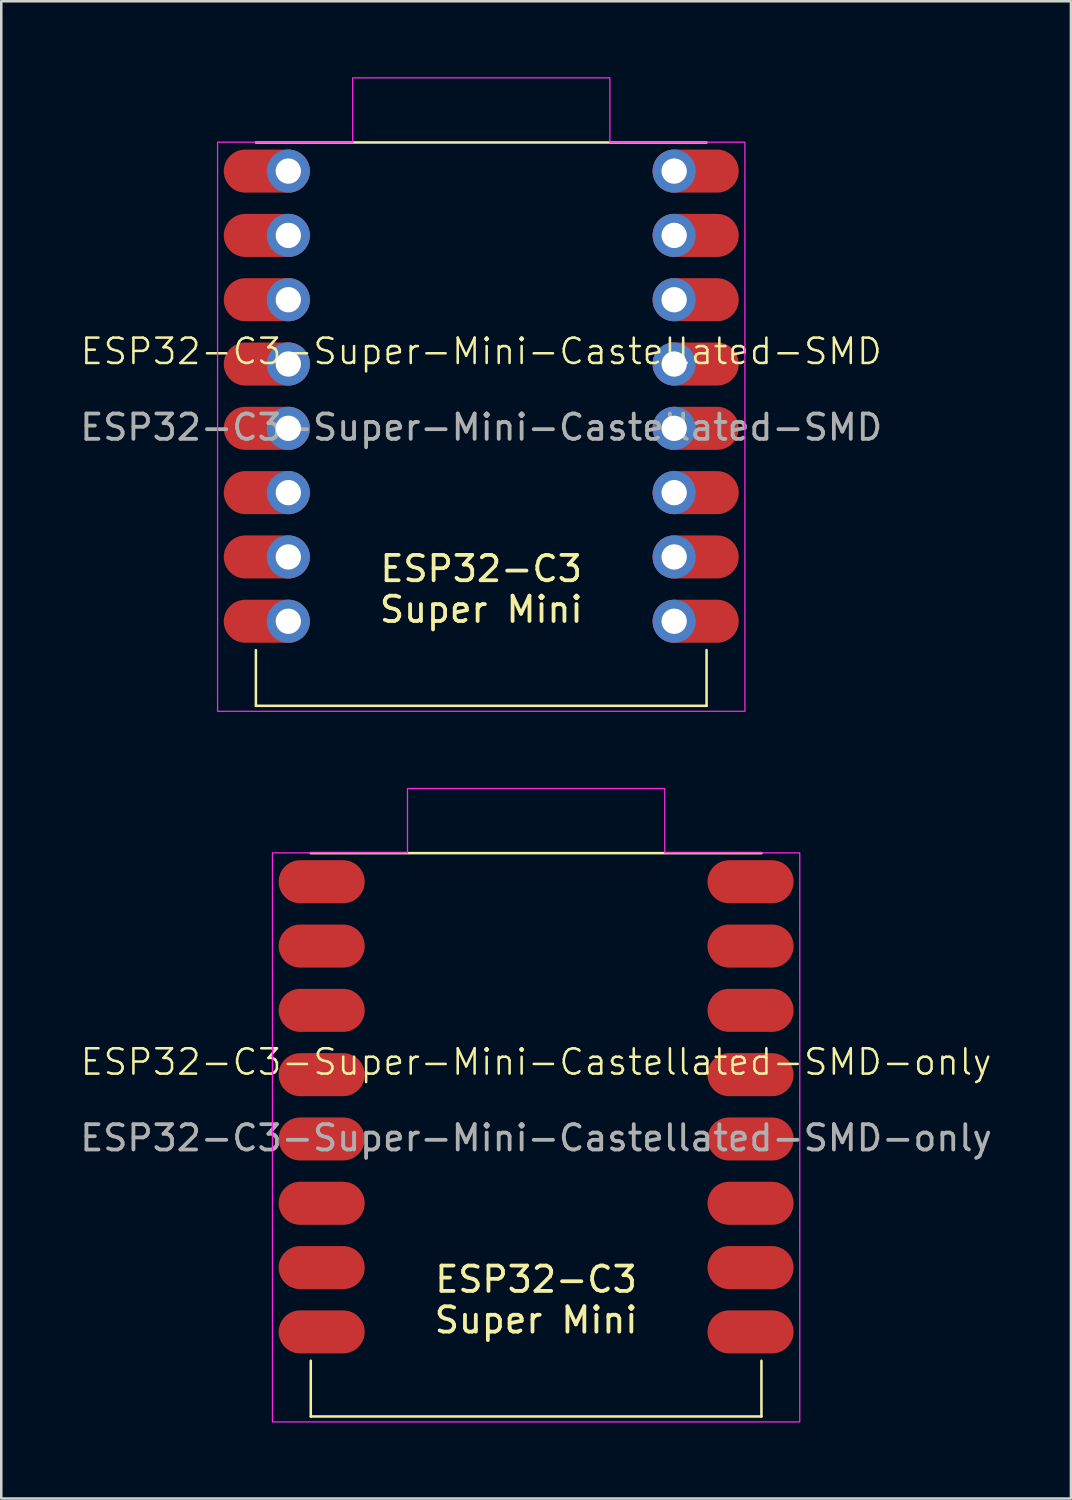
<source format=kicad_pcb>
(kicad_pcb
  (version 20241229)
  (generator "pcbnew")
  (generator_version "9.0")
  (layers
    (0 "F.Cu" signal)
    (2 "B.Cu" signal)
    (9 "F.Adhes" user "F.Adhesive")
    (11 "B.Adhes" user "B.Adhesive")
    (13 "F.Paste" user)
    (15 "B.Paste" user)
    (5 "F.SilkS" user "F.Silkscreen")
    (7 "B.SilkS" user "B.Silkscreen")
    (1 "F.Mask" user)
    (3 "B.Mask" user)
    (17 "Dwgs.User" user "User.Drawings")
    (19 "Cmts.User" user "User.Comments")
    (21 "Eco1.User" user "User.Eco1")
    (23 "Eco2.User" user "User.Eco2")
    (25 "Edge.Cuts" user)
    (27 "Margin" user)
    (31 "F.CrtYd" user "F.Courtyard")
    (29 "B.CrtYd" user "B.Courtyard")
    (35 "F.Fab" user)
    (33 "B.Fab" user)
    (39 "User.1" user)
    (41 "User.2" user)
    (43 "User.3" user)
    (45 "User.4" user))
  (footprint "ESP32-C3-Super-Mini-Castellated-SMD-only"
    (layer "F.Cu")
    (at 18.125 39.397)
    (property "Reference" "ESP32-C3-Super-Mini-Castellated-SMD-only" (at 0 -0.5 0) (unlocked yes) (layer "F.SilkS") (effects (font (size 1 1) (thickness 0.1))))
    (attr smd)
    (fp_line (start -8.9 -8.75) (end 8.9 -8.75) (stroke (width 0.1) (type default)) (layer "F.SilkS"))
    (fp_line (start -8.9 13.5) (end -8.9 11.3) (stroke (width 0.1) (type default)) (layer "F.SilkS"))
    (fp_line (start -8.9 13.5) (end 8.9 13.5) (stroke (width 0.1) (type default)) (layer "F.SilkS"))
    (fp_line (start 8.9 13.5) (end 8.9 11.3) (stroke (width 0.1) (type default)) (layer "F.SilkS"))
    (fp_poly (pts (xy -10.414 -8.763) (xy -5.08 -8.763) (xy -5.08 -11.303) (xy 5.08 -11.303) (xy 5.08 -8.763) (xy 10.414 -8.763) (xy 10.414 13.716) (xy -10.414 13.716)) (stroke (width 0.05) (type solid)) (fill no) (layer "F.CrtYd"))
    (fp_text user "${REFERENCE}" (at 0 2.5 0) (unlocked yes) (layer "F.Fab") (effects (font (size 1 1) (thickness 0.15))))
    (fp_text_box "ESP32-C3\nSuper Mini" (start -4.875 6.75) (end 4.875 9.75) (margins 0.75 0.75 0.75 0.75) (layer "F.SilkS") (effects (font (size 1 1) (thickness 0.15)) (justify top)) (border no) (stroke (width 0) (type solid)))
    (pad "0" smd oval (at 7.62 10.16 180) (size 3.4 1.7) (drill (offset -0.85 0)) (layers "F.Cu" "F.Mask"))
    (pad "1" smd oval (at 7.62 7.62 180) (size 3.4 1.7) (drill (offset -0.85 0)) (layers "F.Cu" "F.Mask"))
    (pad "2" smd oval (at 7.62 5.08 180) (size 3.4 1.7) (drill (offset -0.85 0)) (layers "F.Cu" "F.Mask"))
    (pad "3" smd oval (at 7.62 2.54 180) (size 3.4 1.7) (drill (offset -0.85 0)) (layers "F.Cu" "F.Mask"))
    (pad "3V3" smd oval (at 7.62 -2.54 180) (size 3.4 1.7) (drill (offset -0.85 0)) (layers "F.Cu" "F.Mask"))
    (pad "4" smd oval (at 7.62 0 180) (size 3.4 1.7) (drill (offset -0.85 0)) (layers "F.Cu" "F.Mask"))
    (pad "5" smd oval (at -7.62 -7.62 180) (size 3.4 1.7) (drill (offset 0.85 0)) (layers "F.Cu" "F.Mask"))
    (pad "5V" smd oval (at 7.62 -7.62 180) (size 3.4 1.7) (drill (offset -0.85 0)) (layers "F.Cu" "F.Mask"))
    (pad "6" smd oval (at -7.62 -5.08 180) (size 3.4 1.7) (drill (offset 0.85 0)) (layers "F.Cu" "F.Mask"))
    (pad "7" smd oval (at -7.62 -2.54 180) (size 3.4 1.7) (drill (offset 0.85 0)) (layers "F.Cu" "F.Mask"))
    (pad "8" smd oval (at -7.62 0 180) (size 3.4 1.7) (drill (offset 0.85 0)) (layers "F.Cu" "F.Mask"))
    (pad "9" smd oval (at -7.62 2.54 180) (size 3.4 1.7) (drill (offset 0.85 0)) (layers "F.Cu" "F.Mask"))
    (pad "10" smd oval (at -7.62 5.08 180) (size 3.4 1.7) (drill (offset 0.85 0)) (layers "F.Cu" "F.Mask"))
    (pad "20" smd oval (at -7.62 7.62 180) (size 3.4 1.7) (drill (offset 0.85 0)) (layers "F.Cu" "F.Mask"))
    (pad "21" smd oval (at -7.62 10.16 180) (size 3.4 1.7) (drill (offset 0.85 0)) (layers "F.Cu" "F.Mask"))
    (pad "G" smd oval (at 7.62 -5.08 180) (size 3.4 1.7) (drill (offset -0.85 0)) (layers "F.Cu" "F.Mask"))
    (zone (net_name "") (layers "F.Cu" "F.SilkS" "F.CrtYd") (hatch full 0.5) (connect_pads) (min_thickness 0.25) (filled_areas_thickness no) (keepout (tracks allowed) (vias not_allowed) (pads not_allowed) (copperpour allowed) (footprints not_allowed)) (placement (enabled no)) (fill) (polygon (pts (xy 11.875 30.647) (xy 14.375 30.647) (xy 14.375 33.147) (xy 11.875 33.147))))
    (zone (net_name "") (layers "F.Cu" "F.SilkS" "F.CrtYd") (hatch full 0.5) (connect_pads) (min_thickness 0.25) (filled_areas_thickness no) (keepout (tracks allowed) (vias not_allowed) (pads not_allowed) (copperpour allowed) (footprints not_allowed)) (placement (enabled no)) (fill) (polygon (pts (xy 14.375 36.897) (xy 11.875 36.897) (xy 11.875 34.147) (xy 14.375 34.147))))
    (zone (net_name "") (layers "F.Cu" "F.SilkS" "F.CrtYd") (hatch full 0.5) (connect_pads) (min_thickness 0.25) (filled_areas_thickness no) (keepout (tracks allowed) (vias not_allowed) (pads not_allowed) (copperpour allowed) (footprints not_allowed)) (placement (enabled no)) (fill) (polygon (pts (xy 21.875 30.647) (xy 24.375 30.647) (xy 24.375 33.147) (xy 21.875 33.147))))
    (zone (net_name "") (layers "F.Cu" "F.SilkS" "F.CrtYd") (hatch full 0.5) (connect_pads) (min_thickness 0.25) (filled_areas_thickness no) (keepout (tracks allowed) (vias not_allowed) (pads not_allowed) (copperpour allowed) (footprints not_allowed)) (placement (enabled no)) (fill) (polygon (pts (xy 24.375 36.897) (xy 21.875 36.897) (xy 21.875 34.147) (xy 24.375 34.147)))))
  (footprint "ESP32-C3-Super-Mini-Castellated-SMD"
    (layer "F.Cu")
    (at 15.958 11.328)
    (property "Reference" "ESP32-C3-Super-Mini-Castellated-SMD" (at 0 -0.5 0) (unlocked yes) (layer "F.SilkS") (effects (font (size 1 1) (thickness 0.1))))
    (attr smd)
    (fp_circle (center -7.62 -7.62) (end -6.77 -7.62) (stroke (width 0) (type default)) (fill yes) (layer "F.Mask"))
    (fp_line (start -8.9 -8.75) (end 8.9 -8.75) (stroke (width 0.1) (type default)) (layer "F.SilkS"))
    (fp_line (start -8.9 13.5) (end -8.9 11.3) (stroke (width 0.1) (type default)) (layer "F.SilkS"))
    (fp_line (start -8.9 13.5) (end 8.9 13.5) (stroke (width 0.1) (type default)) (layer "F.SilkS"))
    (fp_line (start 8.9 13.5) (end 8.9 11.3) (stroke (width 0.1) (type default)) (layer "F.SilkS"))
    (fp_poly (pts (xy -10.414 -8.763) (xy -5.08 -8.763) (xy -5.08 -11.303) (xy 5.08 -11.303) (xy 5.08 -8.763) (xy 10.414 -8.763) (xy 10.414 13.716) (xy -10.414 13.716)) (stroke (width 0.05) (type solid)) (fill no) (layer "F.CrtYd"))
    (fp_text user "${REFERENCE}" (at 0 2.5 0) (unlocked yes) (layer "F.Fab") (effects (font (size 1 1) (thickness 0.15))))
    (fp_text_box "ESP32-C3\nSuper Mini" (start -4.875 6.75) (end 4.875 9.75) (margins 0.75 0.75 0.75 0.75) (layer "F.SilkS") (effects (font (size 1 1) (thickness 0.15)) (justify top)) (border no) (stroke (width 0) (type solid)))
    (pad "0" thru_hole oval (at 7.62 10.16) (size 1.7 1.7) (drill 1) (layers "*.Cu" "*.Mask"))
    (pad "0" smd oval (at 7.62 10.16) (size 3.4 1.7) (drill (offset 0.85 0)) (layers "F.Cu" "F.Mask"))
    (pad "1" thru_hole oval (at 7.62 7.62) (size 1.7 1.7) (drill 1) (layers "*.Cu" "*.Mask"))
    (pad "1" smd oval (at 7.62 7.62) (size 3.4 1.7) (drill (offset 0.85 0)) (layers "F.Cu" "F.Mask"))
    (pad "2" thru_hole oval (at 7.62 5.08) (size 1.7 1.7) (drill 1) (layers "*.Cu" "*.Mask"))
    (pad "2" smd oval (at 7.62 5.08) (size 3.4 1.7) (drill (offset 0.85 0)) (layers "F.Cu" "F.Mask"))
    (pad "3" thru_hole oval (at 7.62 2.54) (size 1.7 1.7) (drill 1) (layers "*.Cu" "*.Mask"))
    (pad "3" smd oval (at 7.62 2.54) (size 3.4 1.7) (drill (offset 0.85 0)) (layers "F.Cu" "F.Mask"))
    (pad "3V3" thru_hole oval (at 7.62 -2.54) (size 1.7 1.7) (drill 1) (layers "*.Cu" "*.Mask"))
    (pad "3V3" smd oval (at 7.62 -2.54) (size 3.4 1.7) (drill (offset 0.85 0)) (layers "F.Cu" "F.Mask"))
    (pad "4" thru_hole oval (at 7.62 0) (size 1.7 1.7) (drill 1) (layers "*.Cu" "*.Mask"))
    (pad "4" smd oval (at 7.62 0) (size 3.4 1.7) (drill (offset 0.85 0)) (layers "F.Cu" "F.Mask"))
    (pad "5" thru_hole oval (at -7.62 -7.62) (size 1.7 1.7) (drill 1) (layers "*.Cu" "*.Mask"))
    (pad "5" smd oval (at -7.62 -7.62) (size 3.4 1.7) (drill (offset -0.85 0)) (layers "F.Cu" "F.Mask"))
    (pad "5V" thru_hole oval (at 7.62 -7.62) (size 1.7 1.7) (drill 1) (layers "*.Cu" "*.Mask"))
    (pad "5V" smd oval (at 7.62 -7.62) (size 3.4 1.7) (drill (offset 0.85 0)) (layers "F.Cu" "F.Mask"))
    (pad "6" thru_hole oval (at -7.62 -5.08) (size 1.7 1.7) (drill 1) (layers "*.Cu" "*.Mask"))
    (pad "6" smd oval (at -7.62 -5.08) (size 3.4 1.7) (drill (offset -0.85 0)) (layers "F.Cu" "F.Mask"))
    (pad "7" thru_hole oval (at -7.62 -2.54) (size 1.7 1.7) (drill 1) (layers "*.Cu" "*.Mask"))
    (pad "7" smd oval (at -7.62 -2.54) (size 3.4 1.7) (drill (offset -0.85 0)) (layers "F.Cu" "F.Mask"))
    (pad "8" thru_hole oval (at -7.62 0) (size 1.7 1.7) (drill 1) (layers "*.Cu" "*.Mask"))
    (pad "8" smd oval (at -7.62 0) (size 3.4 1.7) (drill (offset -0.85 0)) (layers "F.Cu" "F.Mask"))
    (pad "9" thru_hole oval (at -7.62 2.54) (size 1.7 1.7) (drill 1) (layers "*.Cu" "*.Mask"))
    (pad "9" smd oval (at -7.62 2.54) (size 3.4 1.7) (drill (offset -0.85 0)) (layers "F.Cu" "F.Mask"))
    (pad "10" thru_hole oval (at -7.62 5.08) (size 1.7 1.7) (drill 1) (layers "*.Cu" "*.Mask"))
    (pad "10" smd oval (at -7.62 5.08) (size 3.4 1.7) (drill (offset -0.85 0)) (layers "F.Cu" "F.Mask"))
    (pad "20" thru_hole oval (at -7.62 7.62) (size 1.7 1.7) (drill 1) (layers "*.Cu" "*.Mask"))
    (pad "20" smd oval (at -7.62 7.62) (size 3.4 1.7) (drill (offset -0.85 0)) (layers "F.Cu" "F.Mask"))
    (pad "21" thru_hole oval (at -7.62 10.16) (size 1.7 1.7) (drill 1) (layers "*.Cu" "*.Mask"))
    (pad "21" smd oval (at -7.62 10.16) (size 3.4 1.7) (drill (offset -0.85 0)) (layers "F.Cu" "F.Mask"))
    (pad "G" thru_hole oval (at 7.62 -5.08) (size 1.7 1.7) (drill 1) (layers "*.Cu" "*.Mask"))
    (pad "G" smd oval (at 7.62 -5.08) (size 3.4 1.7) (drill (offset 0.85 0)) (layers "F.Cu" "F.Mask"))
    (zone (net_name "") (layers "F.Cu" "F.SilkS" "F.CrtYd") (hatch full 0.5) (connect_pads) (min_thickness 0.25) (filled_areas_thickness no) (keepout (tracks allowed) (vias not_allowed) (pads not_allowed) (copperpour allowed) (footprints not_allowed)) (placement (enabled no)) (fill) (polygon (pts (xy 9.708 2.578) (xy 12.208 2.578) (xy 12.208 5.078) (xy 9.708 5.078))))
    (zone (net_name "") (layers "F.Cu" "F.SilkS" "F.CrtYd") (hatch full 0.5) (connect_pads) (min_thickness 0.25) (filled_areas_thickness no) (keepout (tracks allowed) (vias not_allowed) (pads not_allowed) (copperpour allowed) (footprints not_allowed)) (placement (enabled no)) (fill) (polygon (pts (xy 12.208 8.828) (xy 9.708 8.828) (xy 9.708 6.078) (xy 12.208 6.078))))
    (zone (net_name "") (layers "F.Cu" "F.SilkS" "F.CrtYd") (hatch full 0.5) (connect_pads) (min_thickness 0.25) (filled_areas_thickness no) (keepout (tracks allowed) (vias not_allowed) (pads not_allowed) (copperpour allowed) (footprints not_allowed)) (placement (enabled no)) (fill) (polygon (pts (xy 19.708 2.578) (xy 22.208 2.578) (xy 22.208 5.078) (xy 19.708 5.078))))
    (zone (net_name "") (layers "F.Cu" "F.SilkS" "F.CrtYd") (hatch full 0.5) (connect_pads) (min_thickness 0.25) (filled_areas_thickness no) (keepout (tracks allowed) (vias not_allowed) (pads not_allowed) (copperpour allowed) (footprints not_allowed)) (placement (enabled no)) (fill) (polygon (pts (xy 22.208 8.828) (xy 19.708 8.828) (xy 19.708 6.078) (xy 22.208 6.078)))))
  (gr_rect
    (start -3 -3)
    (end 39.25 56.138)
    (stroke (width 0.1) (type default))
    (fill no)
    (layer "Edge.Cuts")))
</source>
